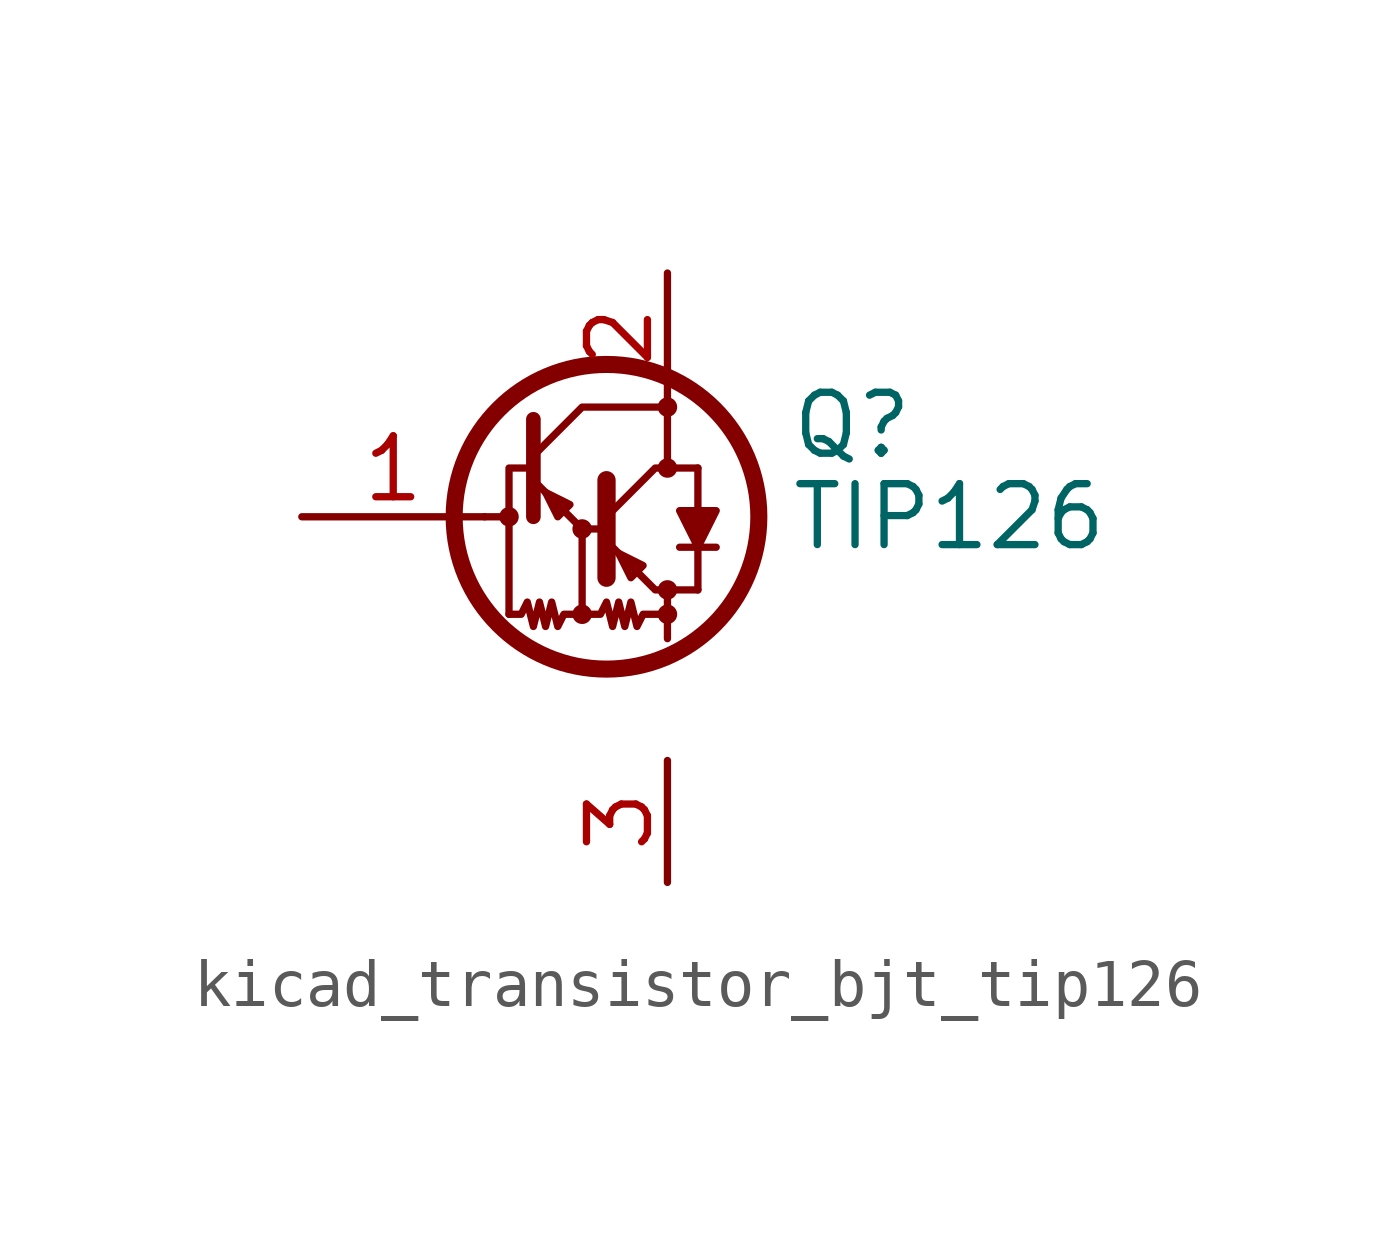
<source format=kicad_sym>
(kicad_symbol_lib
  (version 20220914)
  (generator kicad_symbol_editor)
  (symbol "kicad_transistor_bjt_tip126"
    (pin_names
      (offset 0) hide)
    (property "Reference" "Q"
      (at 5.08 1.905 0)
      (effects (font (size 1.27 1.27)) (justify left)))
    (property "Value" "TIP126"
      (at 5.08 0 0)
      (effects (font (size 1.27 1.27)) (justify left)))
    (symbol "kicad_transistor_bjt_tip126_0_1"
      (circle (center -0.762 0) (radius 0.127) (stroke (width 0) (type default)) (fill (type none)))
      (polyline (pts (xy -1.27 0) (xy -0.889 0)) (stroke (width 0) (type default)) (fill (type none)))
      (polyline (pts (xy 2.54 -2.032) (xy 2.54 -2.54)) (stroke (width 0) (type default)) (fill (type none)))
      (polyline (pts (xy 2.54 -1.524) (xy 3.175 -1.524)) (stroke (width 0) (type default)) (fill (type none)))
      (polyline (pts (xy 2.794 -0.635) (xy 3.556 -0.635)) (stroke (width 0) (type default)) (fill (type none)))
      (polyline (pts (xy 3.175 -1.524) (xy 3.175 -0.635)) (stroke (width 0) (type default)) (fill (type none)))
      (polyline (pts (xy 3.175 0.127) (xy 3.175 1.016)) (stroke (width 0) (type default)) (fill (type none)))
      (polyline (pts (xy 3.175 1.016) (xy 2.54 1.016)) (stroke (width 0) (type default)) (fill (type none)))
      (polyline (pts (xy -0.254 0.762) (xy 0.762 -0.254) (xy 1.27 -0.254)) (stroke (width 0) (type default)) (fill (type none)))
      (polyline (pts (xy -0.254 1.016) (xy -0.762 1.016) (xy -0.762 -2.032)) (stroke (width 0) (type default)) (fill (type none)))
      (polyline (pts (xy -0.254 1.27) (xy 0.762 2.286) (xy 2.54 2.286)) (stroke (width 0) (type default)) (fill (type none)))
      (polyline (pts (xy -0.254 2.032) (xy -0.254 0) (xy -0.254 0)) (stroke (width 0.305) (type default)) (fill (type none)))
      (polyline (pts (xy 1.27 0.762) (xy 1.27 -1.27) (xy 1.27 -1.27)) (stroke (width 0.381) (type default)) (fill (type none)))
      (polyline (pts (xy 0 0.508) (xy 0.254 0) (xy 0.508 0.254) (xy 0 0.508)) (stroke (width 0) (type default)) (fill (type none)))
      (polyline (pts (xy 1.27 -0.508) (xy 2.286 -1.524) (xy 2.54 -1.524) (xy 2.54 -2.032)) (stroke (width 0) (type default)) (fill (type none)))
      (polyline (pts (xy 1.27 0) (xy 2.286 1.016) (xy 2.54 1.016) (xy 2.54 2.286)) (stroke (width 0) (type default)) (fill (type none)))
      (polyline (pts (xy 1.524 -0.762) (xy 1.778 -1.27) (xy 2.032 -1.016) (xy 1.524 -0.762)) (stroke (width 0) (type default)) (fill (type none)))
      (polyline (pts (xy 3.175 -0.635) (xy 2.794 0.127) (xy 3.556 0.127) (xy 3.175 -0.635)) (stroke (width 0) (type default)) (fill (type outline)))
      (polyline (pts (xy 0.762 -2.032) (xy 0.381 -2.032) (xy 0.254 -2.286) (xy 0.127 -1.778) (xy 0 -2.286) (xy -0.127 -1.778) (xy -0.254 -2.286) (xy -0.381 -1.778) (xy -0.508 -2.032) (xy -0.762 -2.032)) (stroke (width 0) (type default)) (fill (type none)))
      (polyline (pts (xy 0.762 -0.254) (xy 0.762 -2.032) (xy 1.143 -2.032) (xy 1.27 -1.778) (xy 1.397 -2.286) (xy 1.524 -1.778) (xy 1.651 -2.286) (xy 1.778 -1.778) (xy 1.905 -2.286) (xy 2.032 -2.032) (xy 2.54 -2.032)) (stroke (width 0) (type default)) (fill (type none)))
      (circle (center 0.762 -2.032) (radius 0.127) (stroke (width 0) (type default)) (fill (type none)))
      (circle (center 0.762 -0.254) (radius 0.127) (stroke (width 0) (type default)) (fill (type none)))
      (circle (center 1.27 0) (radius 3.175) (stroke (width 0.356) (type default)) (fill (type none)))
      (circle (center 2.54 -2.032) (radius 0.127) (stroke (width 0) (type default)) (fill (type none)))
      (circle (center 2.54 -1.524) (radius 0.127) (stroke (width 0) (type default)) (fill (type none)))
      (circle (center 2.54 1.016) (radius 0.127) (stroke (width 0) (type default)) (fill (type none)))
      (circle (center 2.54 2.286) (radius 0.127) (stroke (width 0) (type default)) (fill (type none))))
    (symbol "kicad_transistor_bjt_tip126_1_1"
      (pin input line (at -5.08 0 0) (length 3.81) (name "B" (effects (font (size 1.27 1.27)))) (number "1" (effects (font (size 1.27 1.27)))))
      (pin passive line (at 2.54 5.08 270) (length 2.667) (name "C" (effects (font (size 1.27 1.27)))) (number "2" (effects (font (size 1.27 1.27)))))
      (pin passive line (at 2.54 -5.08 270) (length 2.54) (name "E" (effects (font (size 1.27 1.27)))) (number "3" (effects (font (size 1.27 1.27))))))))
</source>
